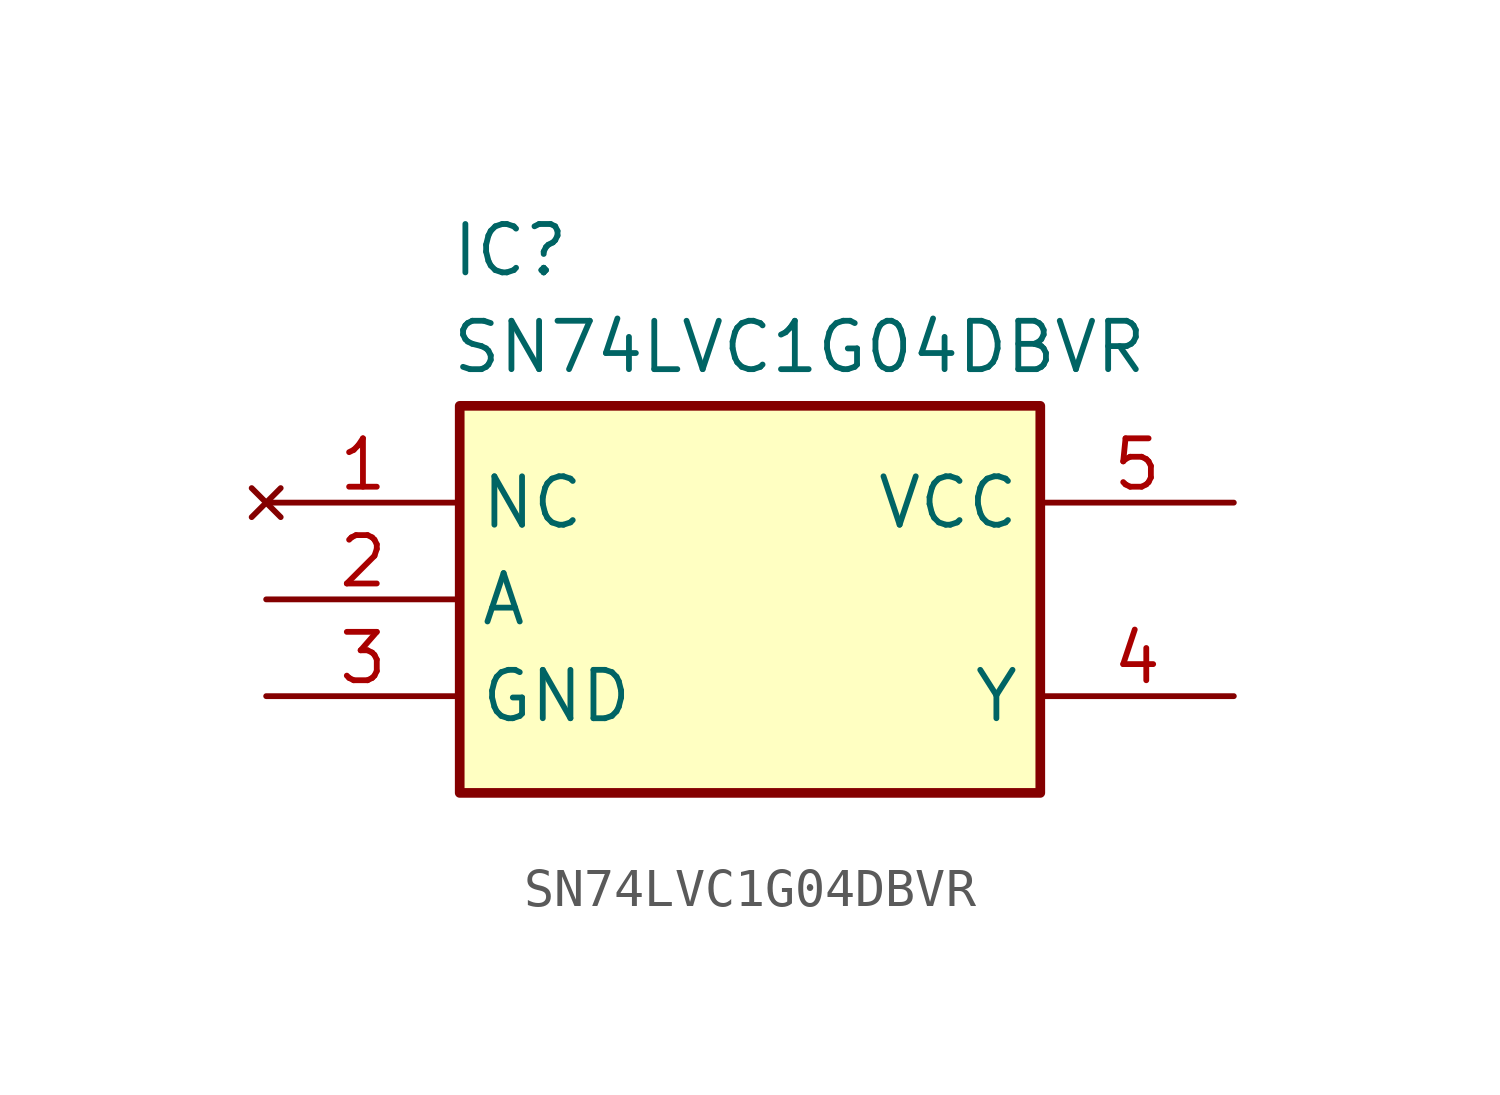
<source format=kicad_sym>
(kicad_symbol_lib
  (version 20231120)
  (generator "kicad_symbol_editor")
  (generator_version "8.0")
  (symbol "SN74LVC1G04DBVR"
    (property "Reference" "IC"
      (at 4.826 7.366 0)
      (effects (font (size 1.27 1.27)) (justify left top)))
    (property "Value" "SN74LVC1G04DBVR"
      (at 4.826 4.826 0)
      (effects (font (size 1.27 1.27)) (justify left top)))
    (symbol "SN74LVC1G04DBVR_1_1"
      (rectangle (start 5.08 2.54) (end 20.32 -7.62) (stroke (width 0.254) (type default)) (fill (type background)))
      (pin no_connect line (at 0 0 0) (length 5.08) (name "NC" (effects (font (size 1.27 1.27)))) (number "1" (effects (font (size 1.27 1.27)))))
      (pin input line (at 0 -2.54 0) (length 5.08) (name "A" (effects (font (size 1.27 1.27)))) (number "2" (effects (font (size 1.27 1.27)))))
      (pin power_in line (at 0 -5.08 0) (length 5.08) (name "GND" (effects (font (size 1.27 1.27)))) (number "3" (effects (font (size 1.27 1.27)))))
      (pin output line (at 25.4 -5.08 180) (length 5.08) (name "Y" (effects (font (size 1.27 1.27)))) (number "4" (effects (font (size 1.27 1.27)))))
      (pin power_in line (at 25.4 0 180) (length 5.08) (name "VCC" (effects (font (size 1.27 1.27)))) (number "5" (effects (font (size 1.27 1.27))))))))
</source>
